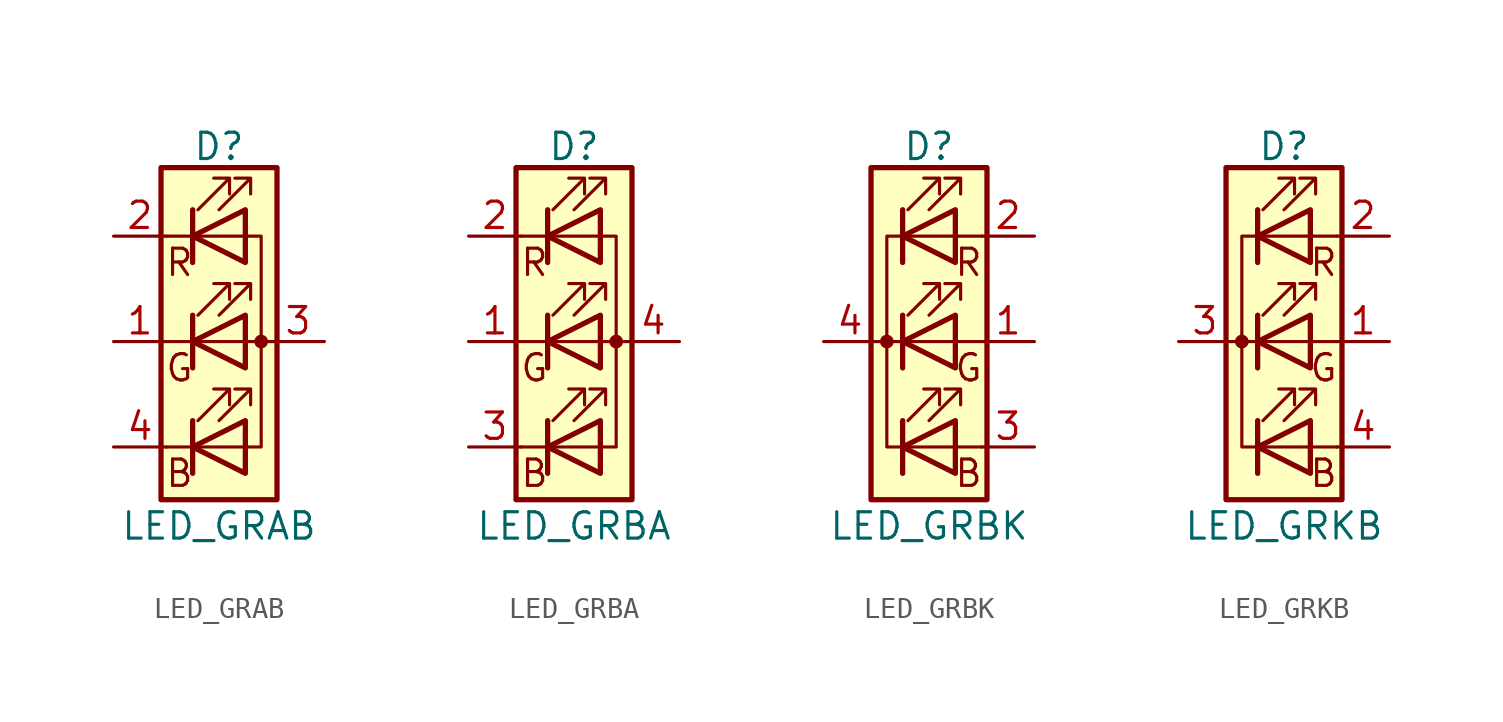
<source format=kicad_sym>
(kicad_symbol_lib
  (version 20201005)
  (generator kicad_symbol_editor)
  (symbol "LED_GRAB"
    (pin_names
      (offset 0) hide)
    (property "Reference" "D"
      (at 0 9.398 0)
      (effects (font (size 1.27 1.27))))
    (property "Value" "LED_GRAB"
      (at 0 -8.89 0)
      (effects (font (size 1.27 1.27))))
    (symbol "LED_GRAB_0_0"
      (text "B" (at -1.905 -6.35 0) (effects (font (size 1.27 1.27))))
      (text "G" (at -1.905 -1.27 0) (effects (font (size 1.27 1.27))))
      (text "R" (at -1.905 3.81 0) (effects (font (size 1.27 1.27)))))
    (symbol "LED_GRAB_0_1"
      (circle (center 2.032 0) (radius 0.254) (stroke (width 0)) (fill (type outline)))
      (rectangle (start 1.27 -1.27) (end 1.27 1.27) (stroke (width 0)) (fill (type none)))
      (rectangle (start 1.27 1.27) (end 1.27 1.27) (stroke (width 0)) (fill (type none)))
      (rectangle (start 1.27 3.81) (end 1.27 6.35) (stroke (width 0)) (fill (type none)))
      (rectangle (start 1.27 6.35) (end 1.27 6.35) (stroke (width 0)) (fill (type none)))
      (rectangle (start 2.794 8.382) (end -2.794 -7.62) (stroke (width 0.254)) (fill (type background)))
      (polyline (pts (xy -1.27 -5.08) (xy -2.54 -5.08)) (stroke (width 0)) (fill (type none)))
      (polyline (pts (xy -1.27 -5.08) (xy 1.27 -5.08)) (stroke (width 0)) (fill (type none)))
      (polyline (pts (xy -1.27 -3.81) (xy -1.27 -6.35)) (stroke (width 0.254)) (fill (type none)))
      (polyline (pts (xy -1.27 0) (xy -2.54 0)) (stroke (width 0)) (fill (type none)))
      (polyline (pts (xy -1.27 1.27) (xy -1.27 -1.27)) (stroke (width 0.254)) (fill (type none)))
      (polyline (pts (xy -1.27 5.08) (xy -2.54 5.08)) (stroke (width 0)) (fill (type none)))
      (polyline (pts (xy -1.27 5.08) (xy 1.27 5.08)) (stroke (width 0)) (fill (type none)))
      (polyline (pts (xy -1.27 6.35) (xy -1.27 3.81)) (stroke (width 0.254)) (fill (type none)))
      (polyline (pts (xy 1.27 0) (xy -1.27 0)) (stroke (width 0)) (fill (type none)))
      (polyline (pts (xy 1.27 0) (xy 2.54 0)) (stroke (width 0)) (fill (type none)))
      (polyline (pts (xy -1.27 1.27) (xy -1.27 -1.27) (xy -1.27 -1.27)) (stroke (width 0)) (fill (type none)))
      (polyline (pts (xy -1.27 6.35) (xy -1.27 3.81) (xy -1.27 3.81)) (stroke (width 0)) (fill (type none)))
      (polyline (pts (xy 1.27 -5.08) (xy 2.032 -5.08) (xy 2.032 5.08) (xy 1.27 5.08)) (stroke (width 0)) (fill (type none)))
      (polyline (pts (xy 1.27 -3.81) (xy 1.27 -6.35) (xy -1.27 -5.08) (xy 1.27 -3.81)) (stroke (width 0.254)) (fill (type none)))
      (polyline (pts (xy 1.27 1.27) (xy 1.27 -1.27) (xy -1.27 0) (xy 1.27 1.27)) (stroke (width 0.254)) (fill (type none)))
      (polyline (pts (xy 1.27 6.35) (xy 1.27 3.81) (xy -1.27 5.08) (xy 1.27 6.35)) (stroke (width 0.254)) (fill (type none)))
      (polyline (pts (xy -1.016 -3.81) (xy 0.508 -2.286) (xy -0.254 -2.286) (xy 0.508 -2.286) (xy 0.508 -3.048)) (stroke (width 0)) (fill (type none)))
      (polyline (pts (xy -1.016 1.27) (xy 0.508 2.794) (xy -0.254 2.794) (xy 0.508 2.794) (xy 0.508 2.032)) (stroke (width 0)) (fill (type none)))
      (polyline (pts (xy -1.016 6.35) (xy 0.508 7.874) (xy -0.254 7.874) (xy 0.508 7.874) (xy 0.508 7.112)) (stroke (width 0)) (fill (type none)))
      (polyline (pts (xy 0 -3.81) (xy 1.524 -2.286) (xy 0.762 -2.286) (xy 1.524 -2.286) (xy 1.524 -3.048)) (stroke (width 0)) (fill (type none)))
      (polyline (pts (xy 0 1.27) (xy 1.524 2.794) (xy 0.762 2.794) (xy 1.524 2.794) (xy 1.524 2.032)) (stroke (width 0)) (fill (type none)))
      (polyline (pts (xy 0 6.35) (xy 1.524 7.874) (xy 0.762 7.874) (xy 1.524 7.874) (xy 1.524 7.112)) (stroke (width 0)) (fill (type none))))
    (symbol "LED_GRAB_1_1"
      (pin passive line (at -5.08 0 0) (length 2.54) (name "GK" (effects (font (size 1.27 1.27)))) (number "1" (effects (font (size 1.27 1.27)))))
      (pin passive line (at -5.08 5.08 0) (length 2.54) (name "RK" (effects (font (size 1.27 1.27)))) (number "2" (effects (font (size 1.27 1.27)))))
      (pin passive line (at 5.08 0 180) (length 2.54) (name "A" (effects (font (size 1.27 1.27)))) (number "3" (effects (font (size 1.27 1.27)))))
      (pin passive line (at -5.08 -5.08 0) (length 2.54) (name "BK" (effects (font (size 1.27 1.27)))) (number "4" (effects (font (size 1.27 1.27)))))))
  (symbol "LED_GRBA"
    (pin_names
      (offset 0) hide)
    (property "Reference" "D"
      (at 0 9.398 0)
      (effects (font (size 1.27 1.27))))
    (property "Value" "LED_GRBA"
      (at 0 -8.89 0)
      (effects (font (size 1.27 1.27))))
    (symbol "LED_GRBA_0_0"
      (text "B" (at -1.905 -6.35 0) (effects (font (size 1.27 1.27))))
      (text "G" (at -1.905 -1.27 0) (effects (font (size 1.27 1.27))))
      (text "R" (at -1.905 3.81 0) (effects (font (size 1.27 1.27)))))
    (symbol "LED_GRBA_0_1"
      (circle (center 2.032 0) (radius 0.254) (stroke (width 0)) (fill (type outline)))
      (rectangle (start 1.27 -1.27) (end 1.27 1.27) (stroke (width 0)) (fill (type none)))
      (rectangle (start 1.27 1.27) (end 1.27 1.27) (stroke (width 0)) (fill (type none)))
      (rectangle (start 1.27 3.81) (end 1.27 6.35) (stroke (width 0)) (fill (type none)))
      (rectangle (start 1.27 6.35) (end 1.27 6.35) (stroke (width 0)) (fill (type none)))
      (rectangle (start 2.794 8.382) (end -2.794 -7.62) (stroke (width 0.254)) (fill (type background)))
      (polyline (pts (xy -1.27 -5.08) (xy -2.54 -5.08)) (stroke (width 0)) (fill (type none)))
      (polyline (pts (xy -1.27 -5.08) (xy 1.27 -5.08)) (stroke (width 0)) (fill (type none)))
      (polyline (pts (xy -1.27 -3.81) (xy -1.27 -6.35)) (stroke (width 0.254)) (fill (type none)))
      (polyline (pts (xy -1.27 0) (xy -2.54 0)) (stroke (width 0)) (fill (type none)))
      (polyline (pts (xy -1.27 1.27) (xy -1.27 -1.27)) (stroke (width 0.254)) (fill (type none)))
      (polyline (pts (xy -1.27 5.08) (xy -2.54 5.08)) (stroke (width 0)) (fill (type none)))
      (polyline (pts (xy -1.27 5.08) (xy 1.27 5.08)) (stroke (width 0)) (fill (type none)))
      (polyline (pts (xy -1.27 6.35) (xy -1.27 3.81)) (stroke (width 0.254)) (fill (type none)))
      (polyline (pts (xy 1.27 0) (xy -1.27 0)) (stroke (width 0)) (fill (type none)))
      (polyline (pts (xy 1.27 0) (xy 2.54 0)) (stroke (width 0)) (fill (type none)))
      (polyline (pts (xy -1.27 1.27) (xy -1.27 -1.27) (xy -1.27 -1.27)) (stroke (width 0)) (fill (type none)))
      (polyline (pts (xy -1.27 6.35) (xy -1.27 3.81) (xy -1.27 3.81)) (stroke (width 0)) (fill (type none)))
      (polyline (pts (xy 1.27 -5.08) (xy 2.032 -5.08) (xy 2.032 5.08) (xy 1.27 5.08)) (stroke (width 0)) (fill (type none)))
      (polyline (pts (xy 1.27 -3.81) (xy 1.27 -6.35) (xy -1.27 -5.08) (xy 1.27 -3.81)) (stroke (width 0.254)) (fill (type none)))
      (polyline (pts (xy 1.27 1.27) (xy 1.27 -1.27) (xy -1.27 0) (xy 1.27 1.27)) (stroke (width 0.254)) (fill (type none)))
      (polyline (pts (xy 1.27 6.35) (xy 1.27 3.81) (xy -1.27 5.08) (xy 1.27 6.35)) (stroke (width 0.254)) (fill (type none)))
      (polyline (pts (xy -1.016 -3.81) (xy 0.508 -2.286) (xy -0.254 -2.286) (xy 0.508 -2.286) (xy 0.508 -3.048)) (stroke (width 0)) (fill (type none)))
      (polyline (pts (xy -1.016 1.27) (xy 0.508 2.794) (xy -0.254 2.794) (xy 0.508 2.794) (xy 0.508 2.032)) (stroke (width 0)) (fill (type none)))
      (polyline (pts (xy -1.016 6.35) (xy 0.508 7.874) (xy -0.254 7.874) (xy 0.508 7.874) (xy 0.508 7.112)) (stroke (width 0)) (fill (type none)))
      (polyline (pts (xy 0 -3.81) (xy 1.524 -2.286) (xy 0.762 -2.286) (xy 1.524 -2.286) (xy 1.524 -3.048)) (stroke (width 0)) (fill (type none)))
      (polyline (pts (xy 0 1.27) (xy 1.524 2.794) (xy 0.762 2.794) (xy 1.524 2.794) (xy 1.524 2.032)) (stroke (width 0)) (fill (type none)))
      (polyline (pts (xy 0 6.35) (xy 1.524 7.874) (xy 0.762 7.874) (xy 1.524 7.874) (xy 1.524 7.112)) (stroke (width 0)) (fill (type none))))
    (symbol "LED_GRBA_1_1"
      (pin passive line (at -5.08 0 0) (length 2.54) (name "GK" (effects (font (size 1.27 1.27)))) (number "1" (effects (font (size 1.27 1.27)))))
      (pin passive line (at -5.08 5.08 0) (length 2.54) (name "RK" (effects (font (size 1.27 1.27)))) (number "2" (effects (font (size 1.27 1.27)))))
      (pin passive line (at -5.08 -5.08 0) (length 2.54) (name "BK" (effects (font (size 1.27 1.27)))) (number "3" (effects (font (size 1.27 1.27)))))
      (pin passive line (at 5.08 0 180) (length 2.54) (name "A" (effects (font (size 1.27 1.27)))) (number "4" (effects (font (size 1.27 1.27)))))))
  (symbol "LED_GRBK"
    (pin_names
      (offset 0) hide)
    (property "Reference" "D"
      (at 0 9.398 0)
      (effects (font (size 1.27 1.27))))
    (property "Value" "LED_GRBK"
      (at 0 -8.89 0)
      (effects (font (size 1.27 1.27))))
    (symbol "LED_GRBK_0_0"
      (text "B" (at 1.905 -6.35 0) (effects (font (size 1.27 1.27))))
      (text "G" (at 1.905 -1.27 0) (effects (font (size 1.27 1.27))))
      (text "R" (at 1.905 3.81 0) (effects (font (size 1.27 1.27)))))
    (symbol "LED_GRBK_0_1"
      (circle (center -2.032 0) (radius 0.254) (stroke (width 0)) (fill (type outline)))
      (rectangle (start 1.27 -1.27) (end 1.27 1.27) (stroke (width 0)) (fill (type none)))
      (rectangle (start 1.27 1.27) (end 1.27 1.27) (stroke (width 0)) (fill (type none)))
      (rectangle (start 1.27 3.81) (end 1.27 6.35) (stroke (width 0)) (fill (type none)))
      (rectangle (start 1.27 6.35) (end 1.27 6.35) (stroke (width 0)) (fill (type none)))
      (rectangle (start 2.794 8.382) (end -2.794 -7.62) (stroke (width 0.254)) (fill (type background)))
      (polyline (pts (xy -1.27 -5.08) (xy 1.27 -5.08)) (stroke (width 0)) (fill (type none)))
      (polyline (pts (xy -1.27 -3.81) (xy -1.27 -6.35)) (stroke (width 0.254)) (fill (type none)))
      (polyline (pts (xy -1.27 0) (xy -2.54 0)) (stroke (width 0)) (fill (type none)))
      (polyline (pts (xy -1.27 1.27) (xy -1.27 -1.27)) (stroke (width 0.254)) (fill (type none)))
      (polyline (pts (xy -1.27 5.08) (xy 1.27 5.08)) (stroke (width 0)) (fill (type none)))
      (polyline (pts (xy -1.27 6.35) (xy -1.27 3.81)) (stroke (width 0.254)) (fill (type none)))
      (polyline (pts (xy 1.27 -5.08) (xy 2.54 -5.08)) (stroke (width 0)) (fill (type none)))
      (polyline (pts (xy 1.27 0) (xy -1.27 0)) (stroke (width 0)) (fill (type none)))
      (polyline (pts (xy 1.27 0) (xy 2.54 0)) (stroke (width 0)) (fill (type none)))
      (polyline (pts (xy 1.27 5.08) (xy 2.54 5.08)) (stroke (width 0)) (fill (type none)))
      (polyline (pts (xy -1.27 1.27) (xy -1.27 -1.27) (xy -1.27 -1.27)) (stroke (width 0)) (fill (type none)))
      (polyline (pts (xy -1.27 6.35) (xy -1.27 3.81) (xy -1.27 3.81)) (stroke (width 0)) (fill (type none)))
      (polyline (pts (xy -1.27 5.08) (xy -2.032 5.08) (xy -2.032 -5.08) (xy -1.016 -5.08)) (stroke (width 0)) (fill (type none)))
      (polyline (pts (xy 1.27 -3.81) (xy 1.27 -6.35) (xy -1.27 -5.08) (xy 1.27 -3.81)) (stroke (width 0.254)) (fill (type none)))
      (polyline (pts (xy 1.27 1.27) (xy 1.27 -1.27) (xy -1.27 0) (xy 1.27 1.27)) (stroke (width 0.254)) (fill (type none)))
      (polyline (pts (xy 1.27 6.35) (xy 1.27 3.81) (xy -1.27 5.08) (xy 1.27 6.35)) (stroke (width 0.254)) (fill (type none)))
      (polyline (pts (xy -1.016 -3.81) (xy 0.508 -2.286) (xy -0.254 -2.286) (xy 0.508 -2.286) (xy 0.508 -3.048)) (stroke (width 0)) (fill (type none)))
      (polyline (pts (xy -1.016 1.27) (xy 0.508 2.794) (xy -0.254 2.794) (xy 0.508 2.794) (xy 0.508 2.032)) (stroke (width 0)) (fill (type none)))
      (polyline (pts (xy -1.016 6.35) (xy 0.508 7.874) (xy -0.254 7.874) (xy 0.508 7.874) (xy 0.508 7.112)) (stroke (width 0)) (fill (type none)))
      (polyline (pts (xy 0 -3.81) (xy 1.524 -2.286) (xy 0.762 -2.286) (xy 1.524 -2.286) (xy 1.524 -3.048)) (stroke (width 0)) (fill (type none)))
      (polyline (pts (xy 0 1.27) (xy 1.524 2.794) (xy 0.762 2.794) (xy 1.524 2.794) (xy 1.524 2.032)) (stroke (width 0)) (fill (type none)))
      (polyline (pts (xy 0 6.35) (xy 1.524 7.874) (xy 0.762 7.874) (xy 1.524 7.874) (xy 1.524 7.112)) (stroke (width 0)) (fill (type none))))
    (symbol "LED_GRBK_1_1"
      (pin passive line (at 5.08 0 180) (length 2.54) (name "GA" (effects (font (size 1.27 1.27)))) (number "1" (effects (font (size 1.27 1.27)))))
      (pin passive line (at 5.08 5.08 180) (length 2.54) (name "RA" (effects (font (size 1.27 1.27)))) (number "2" (effects (font (size 1.27 1.27)))))
      (pin passive line (at 5.08 -5.08 180) (length 2.54) (name "BA" (effects (font (size 1.27 1.27)))) (number "3" (effects (font (size 1.27 1.27)))))
      (pin passive line (at -5.08 0 0) (length 2.54) (name "K" (effects (font (size 1.27 1.27)))) (number "4" (effects (font (size 1.27 1.27)))))))
  (symbol "LED_GRKB"
    (pin_names
      (offset 0) hide)
    (property "Reference" "D"
      (at 0 9.398 0)
      (effects (font (size 1.27 1.27))))
    (property "Value" "LED_GRKB"
      (at 0 -8.89 0)
      (effects (font (size 1.27 1.27))))
    (symbol "LED_GRKB_0_0"
      (text "B" (at 1.905 -6.35 0) (effects (font (size 1.27 1.27))))
      (text "G" (at 1.905 -1.27 0) (effects (font (size 1.27 1.27))))
      (text "R" (at 1.905 3.81 0) (effects (font (size 1.27 1.27)))))
    (symbol "LED_GRKB_0_1"
      (circle (center -2.032 0) (radius 0.254) (stroke (width 0)) (fill (type outline)))
      (rectangle (start 1.27 -1.27) (end 1.27 1.27) (stroke (width 0)) (fill (type none)))
      (rectangle (start 1.27 1.27) (end 1.27 1.27) (stroke (width 0)) (fill (type none)))
      (rectangle (start 1.27 3.81) (end 1.27 6.35) (stroke (width 0)) (fill (type none)))
      (rectangle (start 1.27 6.35) (end 1.27 6.35) (stroke (width 0)) (fill (type none)))
      (rectangle (start 2.794 8.382) (end -2.794 -7.62) (stroke (width 0.254)) (fill (type background)))
      (polyline (pts (xy -1.27 -5.08) (xy 1.27 -5.08)) (stroke (width 0)) (fill (type none)))
      (polyline (pts (xy -1.27 -3.81) (xy -1.27 -6.35)) (stroke (width 0.254)) (fill (type none)))
      (polyline (pts (xy -1.27 0) (xy -2.54 0)) (stroke (width 0)) (fill (type none)))
      (polyline (pts (xy -1.27 1.27) (xy -1.27 -1.27)) (stroke (width 0.254)) (fill (type none)))
      (polyline (pts (xy -1.27 5.08) (xy 1.27 5.08)) (stroke (width 0)) (fill (type none)))
      (polyline (pts (xy -1.27 6.35) (xy -1.27 3.81)) (stroke (width 0.254)) (fill (type none)))
      (polyline (pts (xy 1.27 -5.08) (xy 2.54 -5.08)) (stroke (width 0)) (fill (type none)))
      (polyline (pts (xy 1.27 0) (xy -1.27 0)) (stroke (width 0)) (fill (type none)))
      (polyline (pts (xy 1.27 0) (xy 2.54 0)) (stroke (width 0)) (fill (type none)))
      (polyline (pts (xy 1.27 5.08) (xy 2.54 5.08)) (stroke (width 0)) (fill (type none)))
      (polyline (pts (xy -1.27 1.27) (xy -1.27 -1.27) (xy -1.27 -1.27)) (stroke (width 0)) (fill (type none)))
      (polyline (pts (xy -1.27 6.35) (xy -1.27 3.81) (xy -1.27 3.81)) (stroke (width 0)) (fill (type none)))
      (polyline (pts (xy -1.27 5.08) (xy -2.032 5.08) (xy -2.032 -5.08) (xy -1.016 -5.08)) (stroke (width 0)) (fill (type none)))
      (polyline (pts (xy 1.27 -3.81) (xy 1.27 -6.35) (xy -1.27 -5.08) (xy 1.27 -3.81)) (stroke (width 0.254)) (fill (type none)))
      (polyline (pts (xy 1.27 1.27) (xy 1.27 -1.27) (xy -1.27 0) (xy 1.27 1.27)) (stroke (width 0.254)) (fill (type none)))
      (polyline (pts (xy 1.27 6.35) (xy 1.27 3.81) (xy -1.27 5.08) (xy 1.27 6.35)) (stroke (width 0.254)) (fill (type none)))
      (polyline (pts (xy -1.016 -3.81) (xy 0.508 -2.286) (xy -0.254 -2.286) (xy 0.508 -2.286) (xy 0.508 -3.048)) (stroke (width 0)) (fill (type none)))
      (polyline (pts (xy -1.016 1.27) (xy 0.508 2.794) (xy -0.254 2.794) (xy 0.508 2.794) (xy 0.508 2.032)) (stroke (width 0)) (fill (type none)))
      (polyline (pts (xy -1.016 6.35) (xy 0.508 7.874) (xy -0.254 7.874) (xy 0.508 7.874) (xy 0.508 7.112)) (stroke (width 0)) (fill (type none)))
      (polyline (pts (xy 0 -3.81) (xy 1.524 -2.286) (xy 0.762 -2.286) (xy 1.524 -2.286) (xy 1.524 -3.048)) (stroke (width 0)) (fill (type none)))
      (polyline (pts (xy 0 1.27) (xy 1.524 2.794) (xy 0.762 2.794) (xy 1.524 2.794) (xy 1.524 2.032)) (stroke (width 0)) (fill (type none)))
      (polyline (pts (xy 0 6.35) (xy 1.524 7.874) (xy 0.762 7.874) (xy 1.524 7.874) (xy 1.524 7.112)) (stroke (width 0)) (fill (type none))))
    (symbol "LED_GRKB_1_1"
      (pin passive line (at 5.08 0 180) (length 2.54) (name "GA" (effects (font (size 1.27 1.27)))) (number "1" (effects (font (size 1.27 1.27)))))
      (pin passive line (at 5.08 5.08 180) (length 2.54) (name "RA" (effects (font (size 1.27 1.27)))) (number "2" (effects (font (size 1.27 1.27)))))
      (pin passive line (at -5.08 0 0) (length 2.54) (name "K" (effects (font (size 1.27 1.27)))) (number "3" (effects (font (size 1.27 1.27)))))
      (pin passive line (at 5.08 -5.08 180) (length 2.54) (name "BA" (effects (font (size 1.27 1.27)))) (number "4" (effects (font (size 1.27 1.27))))))))
</source>
